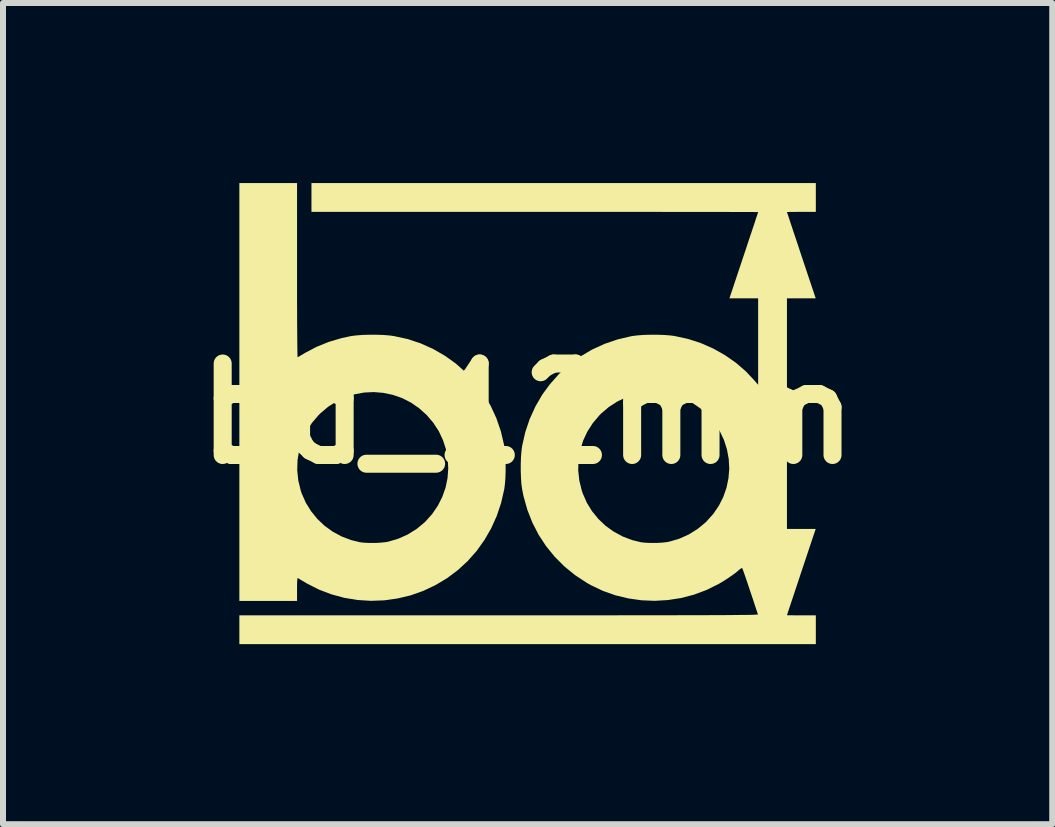
<source format=kicad_pcb>
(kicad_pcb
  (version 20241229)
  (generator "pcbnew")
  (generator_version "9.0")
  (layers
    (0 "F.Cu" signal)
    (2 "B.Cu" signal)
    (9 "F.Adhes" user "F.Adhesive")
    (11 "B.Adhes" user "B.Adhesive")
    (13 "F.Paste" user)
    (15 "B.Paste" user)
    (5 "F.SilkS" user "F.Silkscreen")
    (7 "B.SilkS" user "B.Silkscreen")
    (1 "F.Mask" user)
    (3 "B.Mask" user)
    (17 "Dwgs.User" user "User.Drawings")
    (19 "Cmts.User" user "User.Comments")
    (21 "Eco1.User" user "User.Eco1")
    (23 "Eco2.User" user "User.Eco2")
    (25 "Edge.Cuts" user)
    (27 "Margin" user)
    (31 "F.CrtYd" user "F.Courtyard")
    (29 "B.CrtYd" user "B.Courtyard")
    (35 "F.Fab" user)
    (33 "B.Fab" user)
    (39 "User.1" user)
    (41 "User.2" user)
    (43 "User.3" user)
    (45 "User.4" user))
  (footprint "bd_12mm"
    (layer "F.Cu")
    (at 5.74 3.841)
    (property "Reference" "bd_12mm" (at 0 0 0) (layer "F.SilkS") (effects (font (size 1.524 1.524) (thickness 0.3))))
    (attr board_only exclude_from_pos_files exclude_from_bom)
    (fp_poly (pts (xy -3.841 -2.388) (xy -3.841 -2.203) (xy -3.841 -2.025) (xy -3.841 -1.856) (xy -3.84 -1.696) (xy -3.84 -1.548) (xy -3.839 -1.412) (xy -3.838 -1.291) (xy -3.837 -1.185) (xy -3.836 -1.095) (xy -3.835 -1.025) (xy -3.834 -0.974) (xy -3.833 -0.945) (xy -3.832 -0.938) (xy -3.819 -0.946) (xy -3.789 -0.963) (xy -3.748 -0.987) (xy -3.703 -1.014) (xy -3.515 -1.113) (xy -3.312 -1.195) (xy -3.1 -1.258) (xy -2.941 -1.292) (xy -2.853 -1.303) (xy -2.748 -1.311) (xy -2.634 -1.314) (xy -2.516 -1.314) (xy -2.402 -1.31) (xy -2.298 -1.302) (xy -2.228 -1.292) (xy -2.002 -1.243) (xy -1.783 -1.171) (xy -1.574 -1.077) (xy -1.376 -0.963) (xy -1.195 -0.833) (xy -1.022 -0.679) (xy -0.868 -0.51) (xy -0.732 -0.327) (xy -0.616 -0.131) (xy -0.52 0.077) (xy -0.445 0.296) (xy -0.391 0.526) (xy -0.389 0.54) (xy -0.377 0.627) (xy -0.37 0.731) (xy -0.366 0.845) (xy -0.366 0.962) (xy -0.37 1.075) (xy -0.378 1.178) (xy -0.389 1.26) (xy -0.441 1.488) (xy -0.514 1.705) (xy -0.607 1.912) (xy -0.72 2.107) (xy -0.85 2.289) (xy -0.998 2.456) (xy -1.162 2.607) (xy -1.342 2.742) (xy -1.536 2.858) (xy -1.735 2.952) (xy -1.949 3.028) (xy -2.168 3.08) (xy -2.39 3.111) (xy -2.612 3.119) (xy -2.835 3.105) (xy -3.054 3.069) (xy -3.268 3.011) (xy -3.476 2.932) (xy -3.675 2.831) (xy -3.703 2.814) (xy -3.751 2.786) (xy -3.792 2.762) (xy -3.82 2.745) (xy -3.832 2.739) (xy -3.835 2.749) (xy -3.838 2.779) (xy -3.84 2.825) (xy -3.841 2.884) (xy -3.841 2.928) (xy -3.841 3.121) (xy -4.802 3.121) (xy -4.802 0.943) (xy -3.838 0.943) (xy -3.821 1.111) (xy -3.78 1.28) (xy -3.764 1.328) (xy -3.696 1.483) (xy -3.608 1.625) (xy -3.503 1.755) (xy -3.381 1.87) (xy -3.246 1.967) (xy -3.098 2.047) (xy -2.94 2.107) (xy -2.792 2.143) (xy -2.72 2.151) (xy -2.633 2.155) (xy -2.539 2.155) (xy -2.446 2.15) (xy -2.363 2.141) (xy -2.316 2.132) (xy -2.154 2.084) (xy -1.998 2.014) (xy -1.852 1.924) (xy -1.72 1.815) (xy -1.705 1.801) (xy -1.59 1.673) (xy -1.495 1.534) (xy -1.421 1.387) (xy -1.367 1.234) (xy -1.334 1.076) (xy -1.322 0.916) (xy -1.33 0.756) (xy -1.359 0.598) (xy -1.409 0.443) (xy -1.479 0.294) (xy -1.57 0.154) (xy -1.681 0.024) (xy -1.809 -0.091) (xy -1.947 -0.186) (xy -2.094 -0.26) (xy -2.247 -0.313) (xy -2.404 -0.346) (xy -2.564 -0.359) (xy -2.724 -0.351) (xy -2.882 -0.322) (xy -3.036 -0.273) (xy -3.184 -0.203) (xy -3.325 -0.113) (xy -3.455 -0.002) (xy -3.481 0.024) (xy -3.594 0.156) (xy -3.685 0.299) (xy -3.756 0.451) (xy -3.806 0.611) (xy -3.833 0.775) (xy -3.838 0.943) (xy -4.802 0.943) (xy -4.802 -3.841) (xy -3.841 -3.841)) (stroke (width 0) (type solid)) (fill yes) (layer "F.SilkS"))
    (fp_poly (pts (xy 4.802 -3.361) (xy 4.561 -3.361) (xy 4.488 -3.361) (xy 4.424 -3.36) (xy 4.373 -3.36) (xy 4.338 -3.359) (xy 4.322 -3.358) (xy 4.321 -3.358) (xy 4.325 -3.346) (xy 4.336 -3.314) (xy 4.353 -3.262) (xy 4.375 -3.194) (xy 4.403 -3.111) (xy 4.435 -3.014) (xy 4.471 -2.907) (xy 4.51 -2.79) (xy 4.551 -2.665) (xy 4.56 -2.638) (xy 4.8 -1.921) (xy 4.321 -1.921) (xy 4.321 1.921) (xy 4.8 1.921) (xy 4.56 2.638) (xy 4.519 2.763) (xy 4.479 2.882) (xy 4.443 2.992) (xy 4.41 3.091) (xy 4.381 3.177) (xy 4.357 3.249) (xy 4.339 3.304) (xy 4.327 3.341) (xy 4.322 3.357) (xy 4.321 3.358) (xy 4.333 3.359) (xy 4.365 3.36) (xy 4.413 3.36) (xy 4.475 3.361) (xy 4.547 3.361) (xy 4.561 3.361) (xy 4.802 3.361) (xy 4.802 3.841) (xy -4.802 3.841) (xy -4.802 3.361) (xy -0.479 3.361) (xy -0.083 3.361) (xy 0.289 3.361) (xy 0.639 3.361) (xy 0.966 3.361) (xy 1.272 3.361) (xy 1.557 3.36) (xy 1.822 3.36) (xy 2.067 3.36) (xy 2.293 3.36) (xy 2.501 3.359) (xy 2.691 3.359) (xy 2.864 3.358) (xy 3.02 3.358) (xy 3.161 3.357) (xy 3.286 3.357) (xy 3.397 3.356) (xy 3.493 3.355) (xy 3.577 3.354) (xy 3.647 3.354) (xy 3.706 3.353) (xy 3.753 3.352) (xy 3.789 3.35) (xy 3.814 3.349) (xy 3.831 3.348) (xy 3.838 3.347) (xy 3.838 3.346) (xy 3.833 3.331) (xy 3.822 3.297) (xy 3.804 3.245) (xy 3.782 3.179) (xy 3.757 3.101) (xy 3.728 3.015) (xy 3.709 2.959) (xy 3.679 2.869) (xy 3.651 2.786) (xy 3.626 2.713) (xy 3.605 2.652) (xy 3.589 2.608) (xy 3.579 2.581) (xy 3.576 2.575) (xy 3.561 2.576) (xy 3.535 2.593) (xy 3.526 2.601) (xy 3.481 2.64) (xy 3.42 2.686) (xy 3.349 2.735) (xy 3.272 2.785) (xy 3.196 2.831) (xy 3.183 2.838) (xy 2.982 2.938) (xy 2.773 3.016) (xy 2.559 3.072) (xy 2.34 3.106) (xy 2.119 3.119) (xy 1.898 3.11) (xy 1.679 3.079) (xy 1.464 3.027) (xy 1.254 2.953) (xy 1.053 2.857) (xy 0.984 2.818) (xy 0.79 2.69) (xy 0.612 2.545) (xy 0.451 2.384) (xy 0.308 2.208) (xy 0.184 2.019) (xy 0.08 1.817) (xy -0.004 1.603) (xy -0.067 1.379) (xy -0.091 1.26) (xy -0.103 1.174) (xy -0.11 1.07) (xy -0.114 0.957) (xy -0.114 0.943) (xy 0.843 0.943) (xy 0.861 1.111) (xy 0.902 1.28) (xy 0.918 1.328) (xy 0.986 1.483) (xy 1.073 1.625) (xy 1.179 1.755) (xy 1.3 1.87) (xy 1.436 1.967) (xy 1.584 2.047) (xy 1.741 2.107) (xy 1.889 2.143) (xy 1.961 2.151) (xy 2.049 2.155) (xy 2.143 2.155) (xy 2.236 2.15) (xy 2.319 2.141) (xy 2.365 2.132) (xy 2.528 2.084) (xy 2.684 2.014) (xy 2.829 1.924) (xy 2.962 1.815) (xy 2.977 1.801) (xy 3.092 1.673) (xy 3.187 1.534) (xy 3.261 1.387) (xy 3.314 1.234) (xy 3.347 1.076) (xy 3.36 0.916) (xy 3.351 0.756) (xy 3.322 0.598) (xy 3.273 0.443) (xy 3.203 0.294) (xy 3.111 0.154) (xy 3.001 0.024) (xy 2.873 -0.091) (xy 2.734 -0.186) (xy 2.588 -0.26) (xy 2.435 -0.313) (xy 2.277 -0.346) (xy 2.118 -0.359) (xy 1.958 -0.351) (xy 1.8 -0.322) (xy 1.645 -0.273) (xy 1.497 -0.203) (xy 1.357 -0.113) (xy 1.226 -0.002) (xy 1.2 0.024) (xy 1.088 0.156) (xy 0.996 0.299) (xy 0.925 0.451) (xy 0.876 0.611) (xy 0.848 0.775) (xy 0.843 0.943) (xy -0.114 0.943) (xy -0.114 0.84) (xy -0.11 0.726) (xy -0.102 0.623) (xy -0.091 0.54) (xy -0.039 0.31) (xy 0.035 0.09) (xy 0.13 -0.119) (xy 0.245 -0.317) (xy 0.368 -0.485) (xy 0.521 -0.658) (xy 0.69 -0.813) (xy 0.873 -0.948) (xy 1.069 -1.064) (xy 1.277 -1.16) (xy 1.496 -1.235) (xy 1.724 -1.289) (xy 1.741 -1.292) (xy 1.828 -1.303) (xy 1.933 -1.311) (xy 2.048 -1.314) (xy 2.166 -1.314) (xy 2.28 -1.31) (xy 2.383 -1.302) (xy 2.453 -1.292) (xy 2.674 -1.244) (xy 2.889 -1.174) (xy 3.095 -1.083) (xy 3.29 -0.973) (xy 3.472 -0.846) (xy 3.639 -0.701) (xy 3.771 -0.561) (xy 3.841 -0.48) (xy 3.841 -1.921) (xy 3.363 -1.921) (xy 3.602 -2.638) (xy 3.644 -2.763) (xy 3.683 -2.882) (xy 3.72 -2.992) (xy 3.753 -3.091) (xy 3.782 -3.177) (xy 3.805 -3.249) (xy 3.824 -3.304) (xy 3.836 -3.341) (xy 3.841 -3.357) (xy 3.841 -3.358) (xy 3.829 -3.358) (xy 3.794 -3.358) (xy 3.737 -3.359) (xy 3.659 -3.359) (xy 3.56 -3.359) (xy 3.442 -3.359) (xy 3.305 -3.36) (xy 3.151 -3.36) (xy 2.98 -3.36) (xy 2.793 -3.36) (xy 2.591 -3.36) (xy 2.376 -3.36) (xy 2.147 -3.361) (xy 1.906 -3.361) (xy 1.654 -3.361) (xy 1.391 -3.361) (xy 1.12 -3.361) (xy 0.839 -3.361) (xy 0.551 -3.361) (xy 0.257 -3.361) (xy 0.12 -3.361) (xy -3.601 -3.361) (xy -3.601 -3.841) (xy 4.802 -3.841)) (stroke (width 0) (type solid)) (fill yes) (layer "F.SilkS")))
  (gr_rect
    (start -3 -3)
    (end 14.481 10.682)
    (stroke (width 0.1) (type default))
    (fill no)
    (layer "Edge.Cuts")))
</source>
